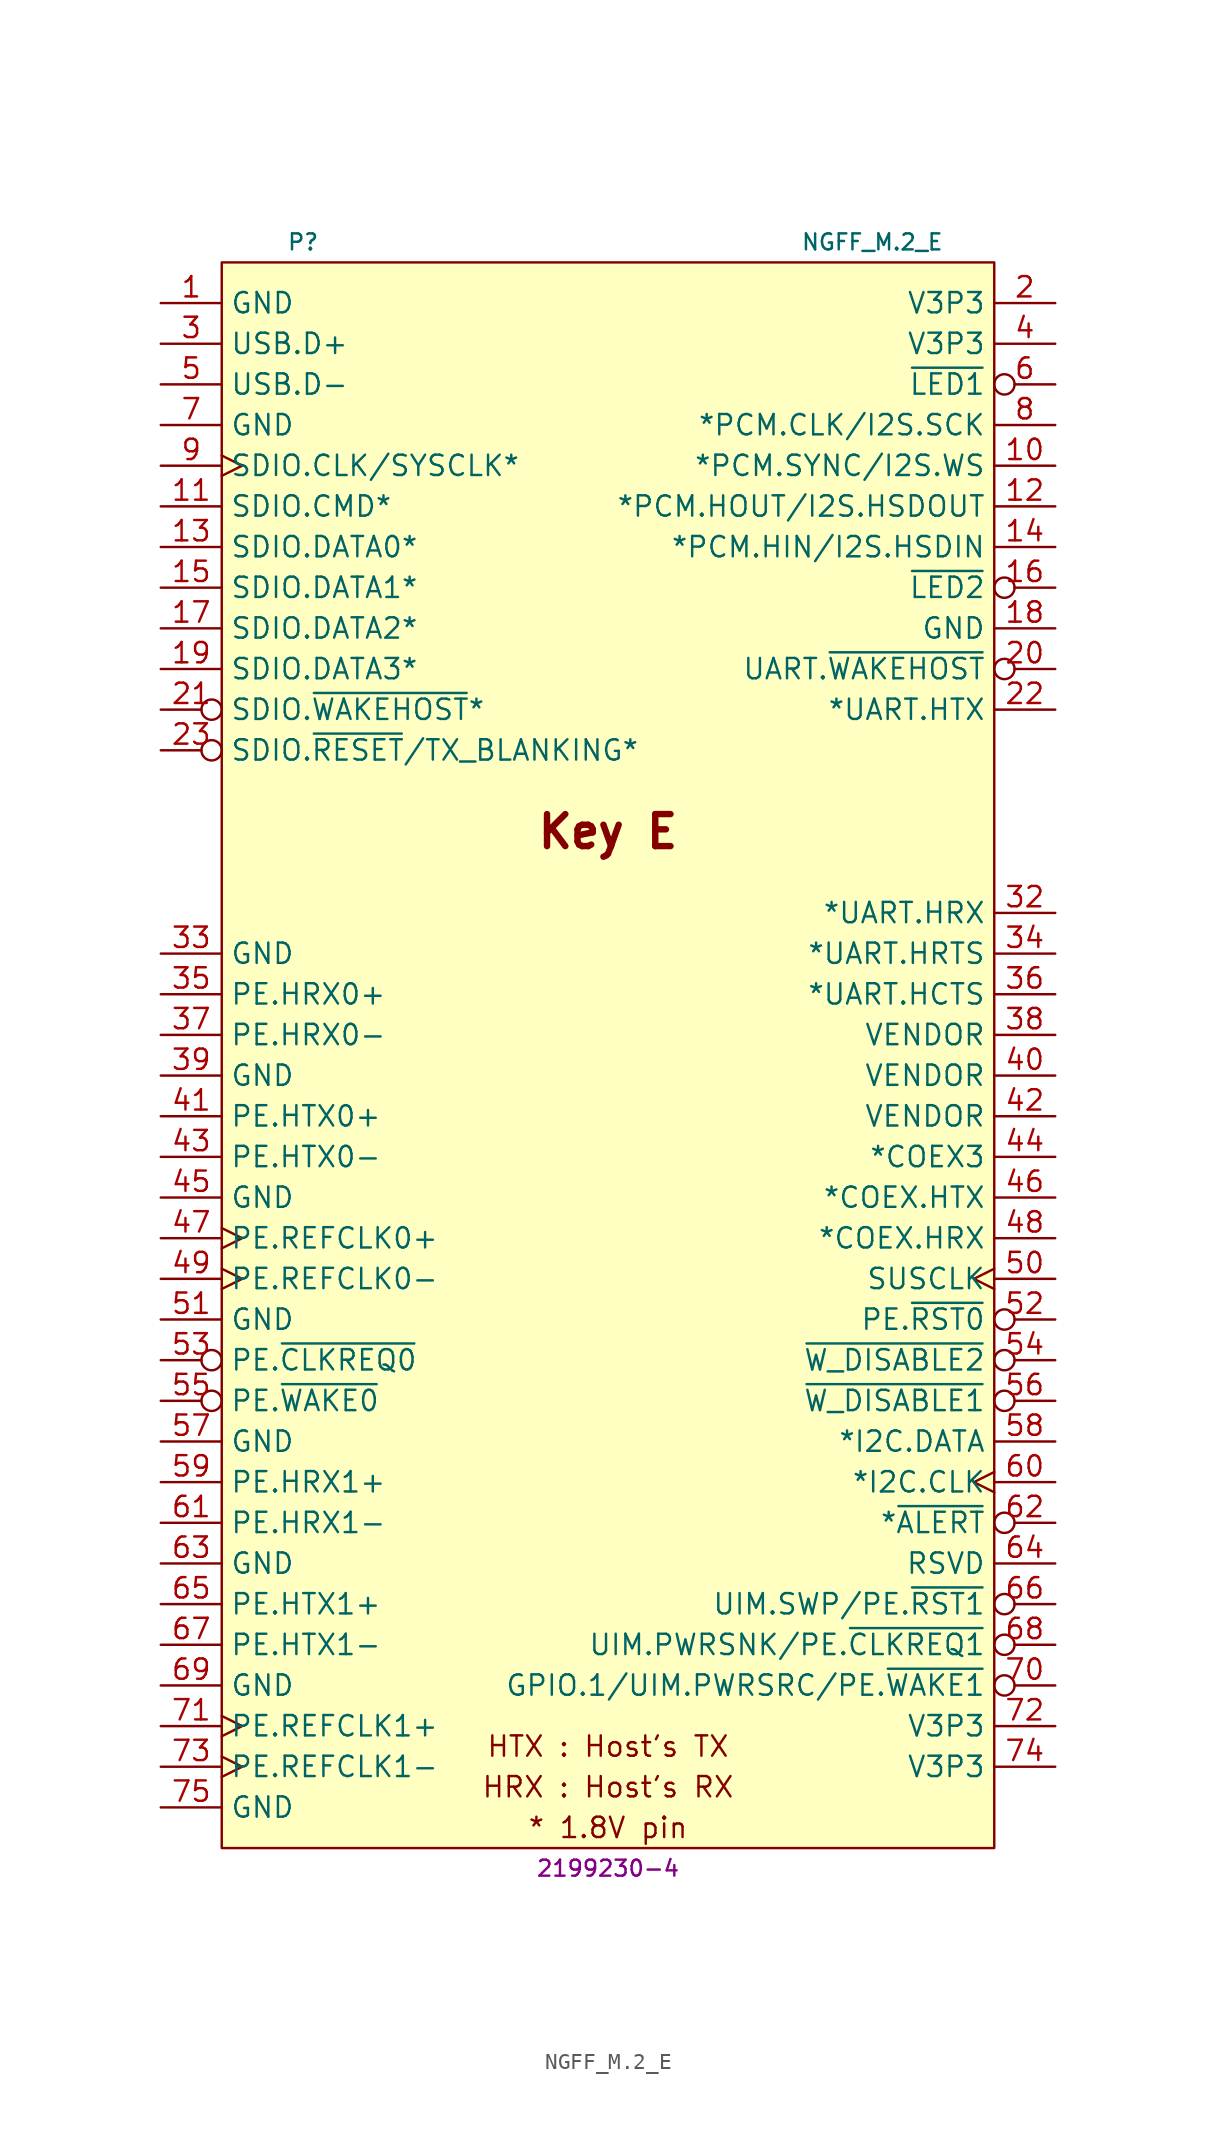
<source format=kicad_sym>
(kicad_symbol_lib
  (version 20231120)
  (generator "kicad_symbol_editor")
  (generator_version "8.0")
  (symbol "NGFF_M.2_E"
    (property "Reference" "P"
      (at -19.05 52.07 0)
      (effects (font (size 1 1))))
    (property "Value" "NGFF_M.2_E"
      (at 16.51 52.07 0)
      (effects (font (size 1 1))))
    (property "MPN" "2199230-4"
      (at 0 -49.53 0)
      (effects (font (size 1 1))))
    (symbol "NGFF_M.2_E_0_0"
      (text "* 1.8V pin" (at 0 -46.99 0) (effects (font (size 1.27 1.27))))
      (text "HRX : Host's RX" (at 0 -44.45 0) (effects (font (size 1.27 1.27))))
      (text "HTX : Host's TX" (at 0 -41.91 0) (effects (font (size 1.27 1.27))))
      (text "Key E" (at 0 15.24 0) (effects (font (size 2 2) (bold yes)))))
    (symbol "NGFF_M.2_E_1_1"
      (rectangle (start -24.13 50.8) (end 24.13 -48.26) (stroke (width 0.152) (type default)) (fill (type background)))
      (pin power_in line (at -27.94 48.26 0) (length 3.81) (name "GND" (effects (font (size 1.27 1.27)))) (number "1" (effects (font (size 1.27 1.27)))))
      (pin bidirectional line (at 27.94 38.1 180) (length 3.81) (name "*PCM.SYNC/I2S.WS" (effects (font (size 1.27 1.27)))) (number "10" (effects (font (size 1.27 1.27)))))
      (pin bidirectional line (at -27.94 35.56 0) (length 3.81) (name "SDIO.CMD*" (effects (font (size 1.27 1.27)))) (number "11" (effects (font (size 1.27 1.27)))))
      (pin bidirectional line (at 27.94 35.56 180) (length 3.81) (name "*PCM.HOUT/I2S.HSDOUT" (effects (font (size 1.27 1.27)))) (number "12" (effects (font (size 1.27 1.27)))))
      (pin bidirectional line (at -27.94 33.02 0) (length 3.81) (name "SDIO.DATA0*" (effects (font (size 1.27 1.27)))) (number "13" (effects (font (size 1.27 1.27)))))
      (pin bidirectional line (at 27.94 33.02 180) (length 3.81) (name "*PCM.HIN/I2S.HSDIN" (effects (font (size 1.27 1.27)))) (number "14" (effects (font (size 1.27 1.27)))))
      (pin bidirectional line (at -27.94 30.48 0) (length 3.81) (name "SDIO.DATA1*" (effects (font (size 1.27 1.27)))) (number "15" (effects (font (size 1.27 1.27)))))
      (pin bidirectional inverted (at 27.94 30.48 180) (length 3.81) (name "~{LED2}" (effects (font (size 1.27 1.27)))) (number "16" (effects (font (size 1.27 1.27)))))
      (pin bidirectional line (at -27.94 27.94 0) (length 3.81) (name "SDIO.DATA2*" (effects (font (size 1.27 1.27)))) (number "17" (effects (font (size 1.27 1.27)))))
      (pin power_in line (at 27.94 27.94 180) (length 3.81) (name "GND" (effects (font (size 1.27 1.27)))) (number "18" (effects (font (size 1.27 1.27)))))
      (pin bidirectional line (at -27.94 25.4 0) (length 3.81) (name "SDIO.DATA3*" (effects (font (size 1.27 1.27)))) (number "19" (effects (font (size 1.27 1.27)))))
      (pin power_in line (at 27.94 48.26 180) (length 3.81) (name "V3P3" (effects (font (size 1.27 1.27)))) (number "2" (effects (font (size 1.27 1.27)))))
      (pin bidirectional inverted (at 27.94 25.4 180) (length 3.81) (name "UART.~{WAKEHOST}" (effects (font (size 1.27 1.27)))) (number "20" (effects (font (size 1.27 1.27)))))
      (pin bidirectional inverted (at -27.94 22.86 0) (length 3.81) (name "SDIO.~{WAKEHOST}*" (effects (font (size 1.27 1.27)))) (number "21" (effects (font (size 1.27 1.27)))))
      (pin bidirectional line (at 27.94 22.86 180) (length 3.81) (name "*UART.HTX" (effects (font (size 1.27 1.27)))) (number "22" (effects (font (size 1.27 1.27)))))
      (pin bidirectional inverted (at -27.94 20.32 0) (length 3.81) (name "SDIO.~{RESET}/TX_BLANKING*" (effects (font (size 1.27 1.27)))) (number "23" (effects (font (size 1.27 1.27)))))
      (pin bidirectional line (at -27.94 45.72 0) (length 3.81) (name "USB.D+" (effects (font (size 1.27 1.27)))) (number "3" (effects (font (size 1.27 1.27)))))
      (pin bidirectional line (at 27.94 10.16 180) (length 3.81) (name "*UART.HRX" (effects (font (size 1.27 1.27)))) (number "32" (effects (font (size 1.27 1.27)))))
      (pin power_in line (at -27.94 7.62 0) (length 3.81) (name "GND" (effects (font (size 1.27 1.27)))) (number "33" (effects (font (size 1.27 1.27)))))
      (pin bidirectional line (at 27.94 7.62 180) (length 3.81) (name "*UART.HRTS" (effects (font (size 1.27 1.27)))) (number "34" (effects (font (size 1.27 1.27)))))
      (pin bidirectional line (at -27.94 5.08 0) (length 3.81) (name "PE.HRX0+" (effects (font (size 1.27 1.27)))) (number "35" (effects (font (size 1.27 1.27)))))
      (pin bidirectional line (at 27.94 5.08 180) (length 3.81) (name "*UART.HCTS" (effects (font (size 1.27 1.27)))) (number "36" (effects (font (size 1.27 1.27)))))
      (pin bidirectional line (at -27.94 2.54 0) (length 3.81) (name "PE.HRX0-" (effects (font (size 1.27 1.27)))) (number "37" (effects (font (size 1.27 1.27)))))
      (pin passive line (at 27.94 2.54 180) (length 3.81) (name "VENDOR" (effects (font (size 1.27 1.27)))) (number "38" (effects (font (size 1.27 1.27)))))
      (pin power_in line (at -27.94 0 0) (length 3.81) (name "GND" (effects (font (size 1.27 1.27)))) (number "39" (effects (font (size 1.27 1.27)))))
      (pin power_in line (at 27.94 45.72 180) (length 3.81) (name "V3P3" (effects (font (size 1.27 1.27)))) (number "4" (effects (font (size 1.27 1.27)))))
      (pin passive line (at 27.94 0 180) (length 3.81) (name "VENDOR" (effects (font (size 1.27 1.27)))) (number "40" (effects (font (size 1.27 1.27)))))
      (pin bidirectional line (at -27.94 -2.54 0) (length 3.81) (name "PE.HTX0+" (effects (font (size 1.27 1.27)))) (number "41" (effects (font (size 1.27 1.27)))))
      (pin passive line (at 27.94 -2.54 180) (length 3.81) (name "VENDOR" (effects (font (size 1.27 1.27)))) (number "42" (effects (font (size 1.27 1.27)))))
      (pin bidirectional line (at -27.94 -5.08 0) (length 3.81) (name "PE.HTX0-" (effects (font (size 1.27 1.27)))) (number "43" (effects (font (size 1.27 1.27)))))
      (pin bidirectional line (at 27.94 -5.08 180) (length 3.81) (name "*COEX3" (effects (font (size 1.27 1.27)))) (number "44" (effects (font (size 1.27 1.27)))))
      (pin power_in line (at -27.94 -7.62 0) (length 3.81) (name "GND" (effects (font (size 1.27 1.27)))) (number "45" (effects (font (size 1.27 1.27)))))
      (pin bidirectional line (at 27.94 -7.62 180) (length 3.81) (name "*COEX.HTX" (effects (font (size 1.27 1.27)))) (number "46" (effects (font (size 1.27 1.27)))))
      (pin bidirectional clock (at -27.94 -10.16 0) (length 3.81) (name "PE.REFCLK0+" (effects (font (size 1.27 1.27)))) (number "47" (effects (font (size 1.27 1.27)))))
      (pin bidirectional line (at 27.94 -10.16 180) (length 3.81) (name "*COEX.HRX" (effects (font (size 1.27 1.27)))) (number "48" (effects (font (size 1.27 1.27)))))
      (pin bidirectional clock (at -27.94 -12.7 0) (length 3.81) (name "PE.REFCLK0-" (effects (font (size 1.27 1.27)))) (number "49" (effects (font (size 1.27 1.27)))))
      (pin bidirectional line (at -27.94 43.18 0) (length 3.81) (name "USB.D-" (effects (font (size 1.27 1.27)))) (number "5" (effects (font (size 1.27 1.27)))))
      (pin bidirectional clock (at 27.94 -12.7 180) (length 3.81) (name "SUSCLK" (effects (font (size 1.27 1.27)))) (number "50" (effects (font (size 1.27 1.27)))))
      (pin power_in line (at -27.94 -15.24 0) (length 3.81) (name "GND" (effects (font (size 1.27 1.27)))) (number "51" (effects (font (size 1.27 1.27)))))
      (pin bidirectional inverted (at 27.94 -15.24 180) (length 3.81) (name "PE.~{RST0}" (effects (font (size 1.27 1.27)))) (number "52" (effects (font (size 1.27 1.27)))))
      (pin bidirectional inverted (at -27.94 -17.78 0) (length 3.81) (name "PE.~{CLKREQ0}" (effects (font (size 1.27 1.27)))) (number "53" (effects (font (size 1.27 1.27)))))
      (pin bidirectional inverted (at 27.94 -17.78 180) (length 3.81) (name "~{W_DISABLE2}" (effects (font (size 1.27 1.27)))) (number "54" (effects (font (size 1.27 1.27)))))
      (pin bidirectional inverted (at -27.94 -20.32 0) (length 3.81) (name "PE.~{WAKE0}" (effects (font (size 1.27 1.27)))) (number "55" (effects (font (size 1.27 1.27)))))
      (pin bidirectional inverted (at 27.94 -20.32 180) (length 3.81) (name "~{W_DISABLE1}" (effects (font (size 1.27 1.27)))) (number "56" (effects (font (size 1.27 1.27)))))
      (pin power_in line (at -27.94 -22.86 0) (length 3.81) (name "GND" (effects (font (size 1.27 1.27)))) (number "57" (effects (font (size 1.27 1.27)))))
      (pin bidirectional line (at 27.94 -22.86 180) (length 3.81) (name "*I2C.DATA" (effects (font (size 1.27 1.27)))) (number "58" (effects (font (size 1.27 1.27)))))
      (pin bidirectional line (at -27.94 -25.4 0) (length 3.81) (name "PE.HRX1+" (effects (font (size 1.27 1.27)))) (number "59" (effects (font (size 1.27 1.27)))))
      (pin bidirectional inverted (at 27.94 43.18 180) (length 3.81) (name "~{LED1}" (effects (font (size 1.27 1.27)))) (number "6" (effects (font (size 1.27 1.27)))))
      (pin bidirectional clock (at 27.94 -25.4 180) (length 3.81) (name "*I2C.CLK" (effects (font (size 1.27 1.27)))) (number "60" (effects (font (size 1.27 1.27)))))
      (pin bidirectional line (at -27.94 -27.94 0) (length 3.81) (name "PE.HRX1-" (effects (font (size 1.27 1.27)))) (number "61" (effects (font (size 1.27 1.27)))))
      (pin bidirectional inverted (at 27.94 -27.94 180) (length 3.81) (name "*~{ALERT}" (effects (font (size 1.27 1.27)))) (number "62" (effects (font (size 1.27 1.27)))))
      (pin power_in line (at -27.94 -30.48 0) (length 3.81) (name "GND" (effects (font (size 1.27 1.27)))) (number "63" (effects (font (size 1.27 1.27)))))
      (pin passive line (at 27.94 -30.48 180) (length 3.81) (name "RSVD" (effects (font (size 1.27 1.27)))) (number "64" (effects (font (size 1.27 1.27)))))
      (pin bidirectional line (at -27.94 -33.02 0) (length 3.81) (name "PE.HTX1+" (effects (font (size 1.27 1.27)))) (number "65" (effects (font (size 1.27 1.27)))))
      (pin bidirectional inverted (at 27.94 -33.02 180) (length 3.81) (name "UIM.SWP/PE.~{RST1}" (effects (font (size 1.27 1.27)))) (number "66" (effects (font (size 1.27 1.27)))))
      (pin bidirectional line (at -27.94 -35.56 0) (length 3.81) (name "PE.HTX1-" (effects (font (size 1.27 1.27)))) (number "67" (effects (font (size 1.27 1.27)))))
      (pin bidirectional inverted (at 27.94 -35.56 180) (length 3.81) (name "UIM.PWRSNK/PE.~{CLKREQ1}" (effects (font (size 1.27 1.27)))) (number "68" (effects (font (size 1.27 1.27)))))
      (pin power_in line (at -27.94 -38.1 0) (length 3.81) (name "GND" (effects (font (size 1.27 1.27)))) (number "69" (effects (font (size 1.27 1.27)))))
      (pin power_in line (at -27.94 40.64 0) (length 3.81) (name "GND" (effects (font (size 1.27 1.27)))) (number "7" (effects (font (size 1.27 1.27)))))
      (pin bidirectional inverted (at 27.94 -38.1 180) (length 3.81) (name "GPIO.1/UIM.PWRSRC/PE.~{WAKE1}" (effects (font (size 1.27 1.27)))) (number "70" (effects (font (size 1.27 1.27)))))
      (pin bidirectional clock (at -27.94 -40.64 0) (length 3.81) (name "PE.REFCLK1+" (effects (font (size 1.27 1.27)))) (number "71" (effects (font (size 1.27 1.27)))))
      (pin power_in line (at 27.94 -40.64 180) (length 3.81) (name "V3P3" (effects (font (size 1.27 1.27)))) (number "72" (effects (font (size 1.27 1.27)))))
      (pin bidirectional clock (at -27.94 -43.18 0) (length 3.81) (name "PE.REFCLK1-" (effects (font (size 1.27 1.27)))) (number "73" (effects (font (size 1.27 1.27)))))
      (pin power_in line (at 27.94 -43.18 180) (length 3.81) (name "V3P3" (effects (font (size 1.27 1.27)))) (number "74" (effects (font (size 1.27 1.27)))))
      (pin power_in line (at -27.94 -45.72 0) (length 3.81) (name "GND" (effects (font (size 1.27 1.27)))) (number "75" (effects (font (size 1.27 1.27)))))
      (pin bidirectional line (at 27.94 40.64 180) (length 3.81) (name "*PCM.CLK/I2S.SCK" (effects (font (size 1.27 1.27)))) (number "8" (effects (font (size 1.27 1.27)))))
      (pin bidirectional clock (at -27.94 38.1 0) (length 3.81) (name "SDIO.CLK/SYSCLK*" (effects (font (size 1.27 1.27)))) (number "9" (effects (font (size 1.27 1.27))))))))
</source>
